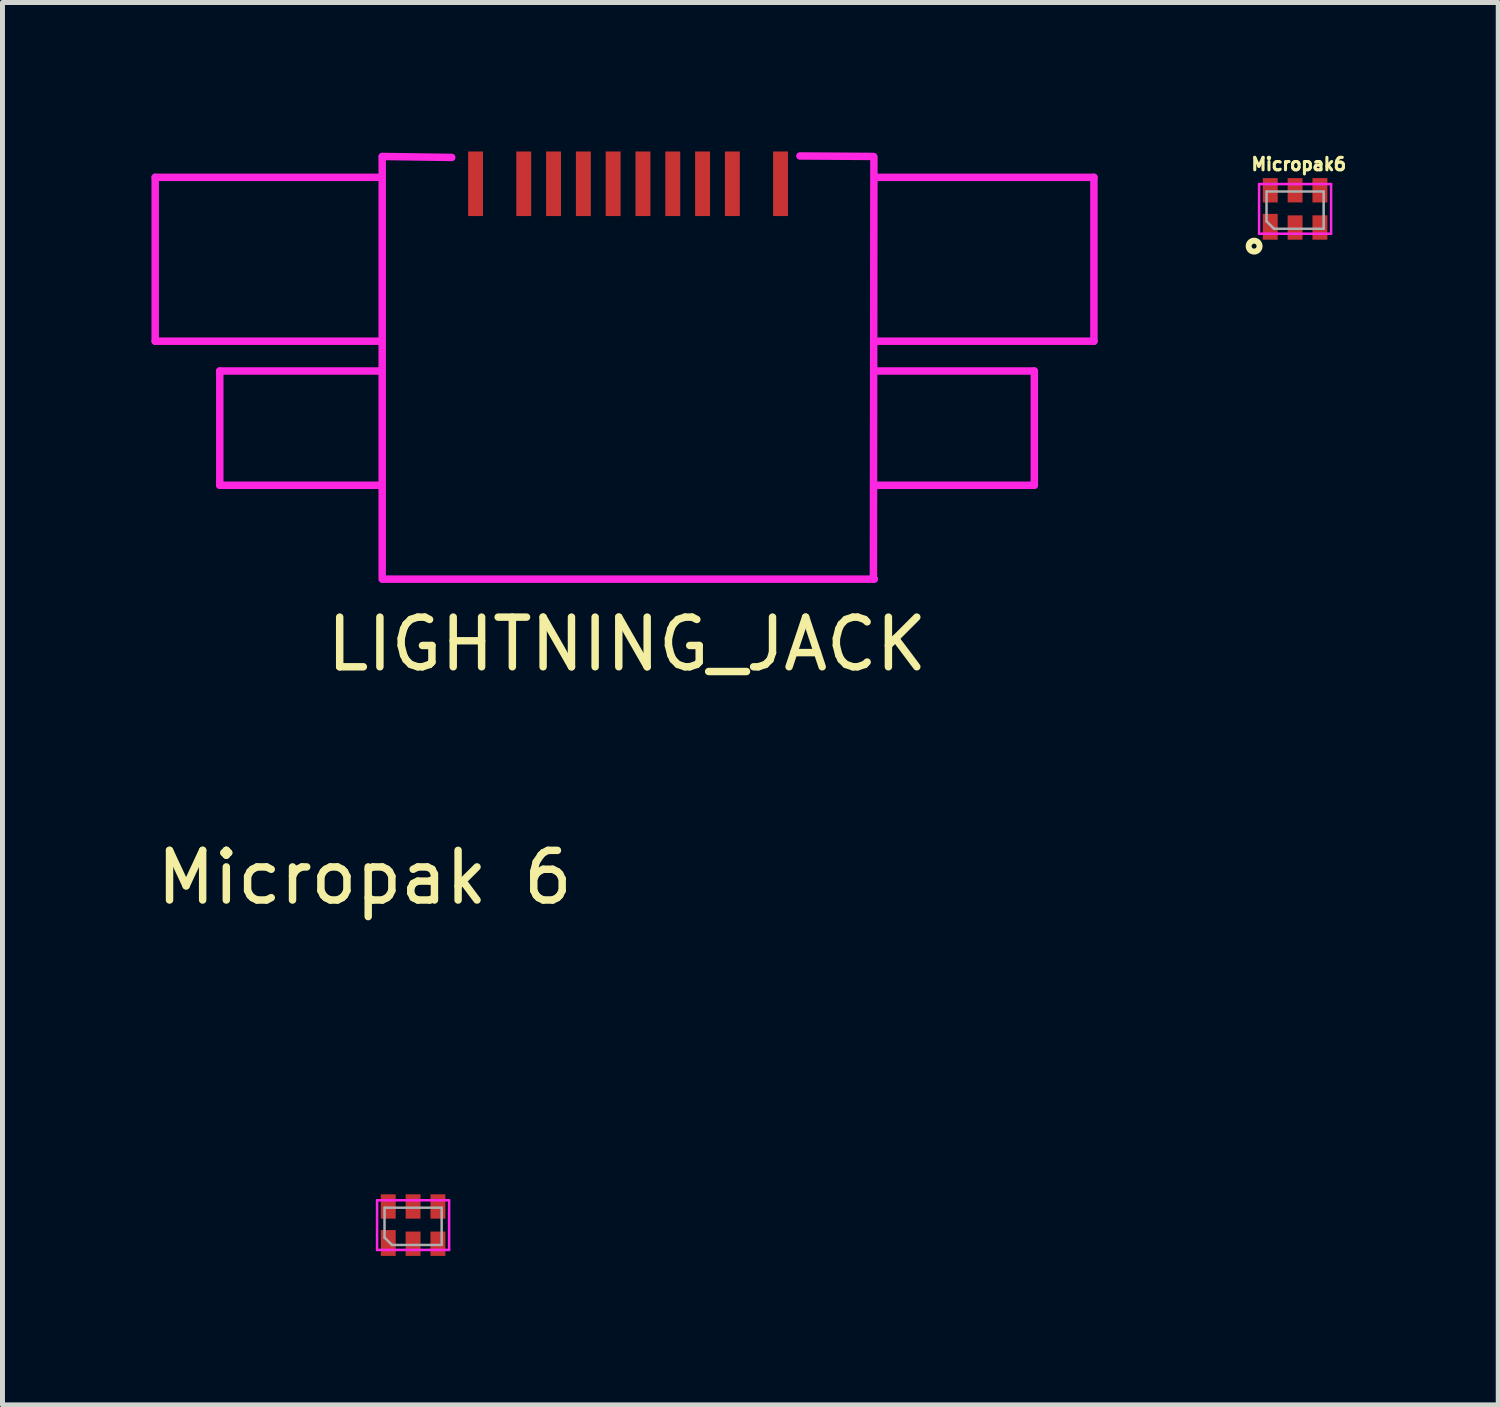
<source format=kicad_pcb>
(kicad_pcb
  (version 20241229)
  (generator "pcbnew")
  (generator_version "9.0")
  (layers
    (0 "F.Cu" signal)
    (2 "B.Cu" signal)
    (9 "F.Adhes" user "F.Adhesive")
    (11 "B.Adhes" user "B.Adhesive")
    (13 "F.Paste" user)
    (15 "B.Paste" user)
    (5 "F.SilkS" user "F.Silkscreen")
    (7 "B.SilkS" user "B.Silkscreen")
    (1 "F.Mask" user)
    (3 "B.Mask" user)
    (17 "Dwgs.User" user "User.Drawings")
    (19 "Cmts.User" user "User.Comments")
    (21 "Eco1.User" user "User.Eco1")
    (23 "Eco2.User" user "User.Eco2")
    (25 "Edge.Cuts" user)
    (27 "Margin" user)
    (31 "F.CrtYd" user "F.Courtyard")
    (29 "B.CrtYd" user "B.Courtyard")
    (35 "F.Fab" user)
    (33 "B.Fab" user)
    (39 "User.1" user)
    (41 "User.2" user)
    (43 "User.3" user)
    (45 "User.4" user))
  (footprint "LIGHTNING_JACK"
    (layer "F.Cu")
    (at 9.575 4.37)
    (property "Reference" "LIGHTNING_JACK" (at 0 5.55 0) (layer "F.SilkS") (effects (font (size 1 1) (thickness 0.15))))
    (attr through_hole)
    (fp_line (start -9.5 -3.85) (end -9.5 -0.55) (stroke (width 0.15) (type solid)) (layer "F.CrtYd"))
    (fp_line (start -9.5 -3.85) (end -5 -3.85) (stroke (width 0.15) (type solid)) (layer "F.CrtYd"))
    (fp_line (start -9.5 -0.55) (end -5 -0.55) (stroke (width 0.15) (type solid)) (layer "F.CrtYd"))
    (fp_line (start -8.2 0.05) (end -8.2 2.35) (stroke (width 0.15) (type solid)) (layer "F.CrtYd"))
    (fp_line (start -8.2 2.35) (end -5 2.35) (stroke (width 0.15) (type solid)) (layer "F.CrtYd"))
    (fp_line (start -5 0.05) (end -8.2 0.05) (stroke (width 0.15) (type solid)) (layer "F.CrtYd"))
    (fp_line (start -4.93 -4.27) (end -3.53 -4.25) (stroke (width 0.15) (type solid)) (layer "F.CrtYd"))
    (fp_line (start -4.93 -4.26) (end -4.93 4.24) (stroke (width 0.15) (type solid)) (layer "F.CrtYd"))
    (fp_line (start -4.92 4.24) (end 4.98 4.24) (stroke (width 0.15) (type solid)) (layer "F.CrtYd"))
    (fp_line (start 4.96 -4.27) (end 3.48 -4.28) (stroke (width 0.15) (type solid)) (layer "F.CrtYd"))
    (fp_line (start 4.96 4.24) (end 4.97 -4.26) (stroke (width 0.15) (type solid)) (layer "F.CrtYd"))
    (fp_line (start 5 0.05) (end 8.2 0.05) (stroke (width 0.15) (type solid)) (layer "F.CrtYd"))
    (fp_line (start 8.2 0.05) (end 8.2 2.35) (stroke (width 0.15) (type solid)) (layer "F.CrtYd"))
    (fp_line (start 8.2 2.35) (end 5 2.35) (stroke (width 0.15) (type solid)) (layer "F.CrtYd"))
    (fp_line (start 9.4 -3.85) (end 5 -3.85) (stroke (width 0.15) (type solid)) (layer "F.CrtYd"))
    (fp_line (start 9.4 -3.85) (end 9.4 -0.55) (stroke (width 0.15) (type solid)) (layer "F.CrtYd"))
    (fp_line (start 9.4 -0.55) (end 5 -0.55) (stroke (width 0.15) (type solid)) (layer "F.CrtYd"))
    (pad "1" smd rect (at -3.05 -3.72) (size 0.3 1.3) (layers "F.Cu" "F.Mask" "F.Paste"))
    (pad "2" smd rect (at -2.08 -3.72) (size 0.3 1.3) (layers "F.Cu" "F.Mask" "F.Paste"))
    (pad "3" smd rect (at -1.48 -3.72) (size 0.3 1.3) (layers "F.Cu" "F.Mask" "F.Paste"))
    (pad "4" smd rect (at -0.88 -3.72) (size 0.3 1.3) (layers "F.Cu" "F.Mask" "F.Paste"))
    (pad "5" smd rect (at -0.28 -3.72) (size 0.3 1.3) (layers "F.Cu" "F.Mask" "F.Paste"))
    (pad "6" smd rect (at 0.32 -3.72) (size 0.3 1.3) (layers "F.Cu" "F.Mask" "F.Paste"))
    (pad "7" smd rect (at 0.92 -3.72) (size 0.3 1.3) (layers "F.Cu" "F.Mask" "F.Paste"))
    (pad "8" smd rect (at 1.52 -3.72) (size 0.3 1.3) (layers "F.Cu" "F.Mask" "F.Paste"))
    (pad "9" smd rect (at 2.12 -3.72) (size 0.3 1.3) (layers "F.Cu" "F.Mask" "F.Paste"))
    (pad "10" smd rect (at 3.09 -3.72) (size 0.3 1.3) (layers "F.Cu" "F.Mask" "F.Paste")))
  (footprint "Micropak6"
    (layer "F.Cu")
    (at 22.3 0.656)
    (property "Reference" "Micropak6" (at 0.8 -0.4 0) (layer "F.SilkS") (effects (font (size 0.25 0.25) (thickness 0.062))))
    (attr through_hole)
    (fp_circle (center -0.1 1.25) (end -0.1 1.3) (stroke (width 0.12) (type solid)) (fill no) (layer "F.SilkS"))
    (fp_line (start 0 0) (end 1.45 0) (stroke (width 0.05) (type solid)) (layer "F.CrtYd"))
    (fp_line (start 0 1) (end 0 0) (stroke (width 0.05) (type solid)) (layer "F.CrtYd"))
    (fp_line (start 1.45 0) (end 1.45 1) (stroke (width 0.05) (type solid)) (layer "F.CrtYd"))
    (fp_line (start 1.45 1) (end 0 1) (stroke (width 0.05) (type solid)) (layer "F.CrtYd"))
    (fp_line (start 0.15 0.15) (end 0.15 0.75) (stroke (width 0.05) (type solid)) (layer "F.Fab"))
    (fp_line (start 0.15 0.15) (end 1.3 0.15) (stroke (width 0.05) (type solid)) (layer "F.Fab"))
    (fp_line (start 0.15 0.75) (end 0.3 0.9) (stroke (width 0.05) (type solid)) (layer "F.Fab"))
    (fp_line (start 0.3 0.9) (end 1.3 0.9) (stroke (width 0.05) (type solid)) (layer "F.Fab"))
    (fp_line (start 1.3 0.15) (end 1.3 0.9) (stroke (width 0.05) (type solid)) (layer "F.Fab"))
    (pad "1" smd rect (at 0.225 0.86) (size 0.3 0.52) (layers "F.Cu" "F.Mask" "F.Paste"))
    (pad "2" smd rect (at 0.725 0.875) (size 0.3 0.49) (layers "F.Cu" "F.Mask" "F.Paste"))
    (pad "3" smd rect (at 1.225 0.875) (size 0.3 0.49) (layers "F.Cu" "F.Mask" "F.Paste"))
    (pad "4" smd rect (at 0.225 0.125) (size 0.3 0.49) (layers "F.Cu" "F.Mask" "F.Paste"))
    (pad "5" smd rect (at 0.725 0.125) (size 0.3 0.49) (layers "F.Cu" "F.Mask" "F.Paste"))
    (pad "6" smd rect (at 1.225 0.125) (size 0.3 0.49) (layers "F.Cu" "F.Mask" "F.Paste")))
  (footprint "Micropak 6"
    (layer "F.Cu")
    (at 4.542 21.116)
    (property "Reference" "Micropak 6" (at -0.25 -6.5 0) (layer "F.SilkS") (effects (font (size 1 1) (thickness 0.15))))
    (attr through_hole)
    (fp_line (start 0 0) (end 1.45 0) (stroke (width 0.05) (type solid)) (layer "F.CrtYd"))
    (fp_line (start 0 1) (end 0 0) (stroke (width 0.05) (type solid)) (layer "F.CrtYd"))
    (fp_line (start 1.45 0) (end 1.45 1) (stroke (width 0.05) (type solid)) (layer "F.CrtYd"))
    (fp_line (start 1.45 1) (end 0 1) (stroke (width 0.05) (type solid)) (layer "F.CrtYd"))
    (fp_line (start 0.15 0.15) (end 0.15 0.75) (stroke (width 0.05) (type solid)) (layer "F.Fab"))
    (fp_line (start 0.15 0.15) (end 1.3 0.15) (stroke (width 0.05) (type solid)) (layer "F.Fab"))
    (fp_line (start 0.15 0.75) (end 0.3 0.9) (stroke (width 0.05) (type solid)) (layer "F.Fab"))
    (fp_line (start 0.3 0.9) (end 1.3 0.9) (stroke (width 0.05) (type solid)) (layer "F.Fab"))
    (fp_line (start 1.3 0.15) (end 1.3 0.9) (stroke (width 0.05) (type solid)) (layer "F.Fab"))
    (pad "1" smd rect (at 0.225 0.86) (size 0.3 0.52) (layers "F.Cu" "F.Mask" "F.Paste"))
    (pad "2" smd rect (at 0.725 0.875) (size 0.3 0.49) (layers "F.Cu" "F.Mask" "F.Paste"))
    (pad "3" smd rect (at 1.225 0.875) (size 0.3 0.49) (layers "F.Cu" "F.Mask" "F.Paste"))
    (pad "4" smd rect (at 0.225 0.125) (size 0.3 0.49) (layers "F.Cu" "F.Mask" "F.Paste"))
    (pad "5" smd rect (at 0.725 0.125) (size 0.3 0.49) (layers "F.Cu" "F.Mask" "F.Paste"))
    (pad "6" smd rect (at 1.225 0.125) (size 0.3 0.49) (layers "F.Cu" "F.Mask" "F.Paste")))
  (gr_rect
    (start -3 -3)
    (end 27.115 25.236)
    (stroke (width 0.1) (type default))
    (fill no)
    (layer "Edge.Cuts")))
</source>
